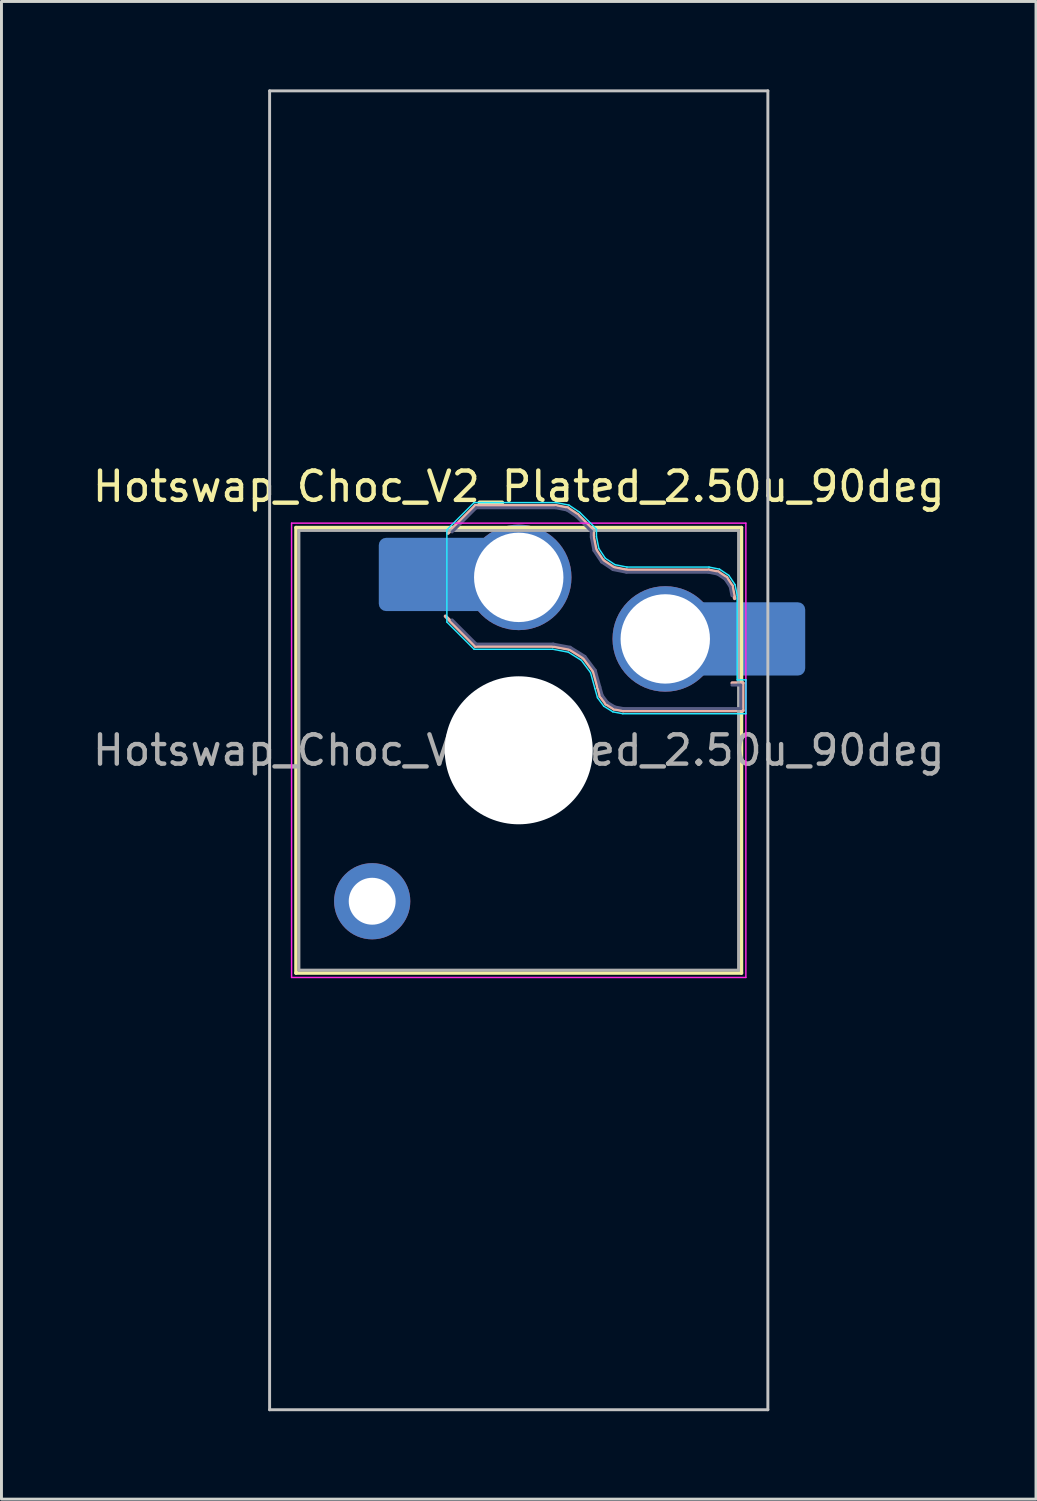
<source format=kicad_pcb>
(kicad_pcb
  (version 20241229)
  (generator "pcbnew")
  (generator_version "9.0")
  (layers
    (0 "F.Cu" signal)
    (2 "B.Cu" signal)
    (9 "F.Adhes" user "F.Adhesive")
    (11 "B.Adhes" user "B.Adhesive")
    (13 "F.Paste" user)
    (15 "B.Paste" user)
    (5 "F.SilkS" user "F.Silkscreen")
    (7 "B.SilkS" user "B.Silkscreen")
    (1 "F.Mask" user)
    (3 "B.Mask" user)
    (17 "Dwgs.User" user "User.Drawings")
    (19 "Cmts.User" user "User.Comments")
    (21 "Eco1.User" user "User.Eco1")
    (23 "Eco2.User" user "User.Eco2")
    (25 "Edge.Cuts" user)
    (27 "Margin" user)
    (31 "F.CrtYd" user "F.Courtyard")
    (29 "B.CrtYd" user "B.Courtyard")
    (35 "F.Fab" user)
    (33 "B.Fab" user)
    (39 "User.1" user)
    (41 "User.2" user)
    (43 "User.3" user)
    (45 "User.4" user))
  (footprint "Hotswap_Choc_V2_Plated_2.50u_90deg"
    (layer "F.Cu")
    (at 14.649 22.55)
    (property "Reference" "Hotswap_Choc_V2_Plated_2.50u_90deg" (at 0 -9 0) (layer "F.SilkS") (effects (font (size 1 1) (thickness 0.15))))
    (attr smd)
    (fp_line (start -7.6 -7.6) (end -7.6 7.6) (stroke (width 0.12) (type solid)) (layer "F.SilkS"))
    (fp_line (start -7.6 7.6) (end 7.6 7.6) (stroke (width 0.12) (type solid)) (layer "F.SilkS"))
    (fp_line (start 7.6 -7.6) (end -7.6 -7.6) (stroke (width 0.12) (type solid)) (layer "F.SilkS"))
    (fp_line (start 7.6 7.6) (end 7.6 -7.6) (stroke (width 0.12) (type solid)) (layer "F.SilkS"))
    (fp_line (start -2.416 -7.409) (end -1.479 -8.346) (stroke (width 0.12) (type solid)) (layer "B.SilkS"))
    (fp_line (start -1.479 -8.346) (end 1.268 -8.346) (stroke (width 0.12) (type solid)) (layer "B.SilkS"))
    (fp_line (start -1.479 -3.554) (end -2.5 -4.575) (stroke (width 0.12) (type solid)) (layer "B.SilkS"))
    (fp_line (start 1.168 -3.554) (end -1.479 -3.554) (stroke (width 0.12) (type solid)) (layer "B.SilkS"))
    (fp_line (start 1.268 -8.346) (end 1.671 -8.266) (stroke (width 0.12) (type solid)) (layer "B.SilkS"))
    (fp_line (start 1.671 -8.266) (end 2.013 -8.037) (stroke (width 0.12) (type solid)) (layer "B.SilkS"))
    (fp_line (start 1.73 -3.449) (end 1.168 -3.554) (stroke (width 0.12) (type solid)) (layer "B.SilkS"))
    (fp_line (start 2.013 -8.037) (end 2.546 -7.504) (stroke (width 0.12) (type solid)) (layer "B.SilkS"))
    (fp_line (start 2.209 -3.15) (end 1.73 -3.449) (stroke (width 0.12) (type solid)) (layer "B.SilkS"))
    (fp_line (start 2.546 -7.504) (end 2.546 -7.282) (stroke (width 0.12) (type solid)) (layer "B.SilkS"))
    (fp_line (start 2.546 -7.282) (end 2.633 -6.844) (stroke (width 0.12) (type solid)) (layer "B.SilkS"))
    (fp_line (start 2.547 -2.697) (end 2.209 -3.15) (stroke (width 0.12) (type solid)) (layer "B.SilkS"))
    (fp_line (start 2.633 -6.844) (end 2.877 -6.477) (stroke (width 0.12) (type solid)) (layer "B.SilkS"))
    (fp_line (start 2.701 -2.139) (end 2.547 -2.697) (stroke (width 0.12) (type solid)) (layer "B.SilkS"))
    (fp_line (start 2.783 -1.841) (end 2.701 -2.139) (stroke (width 0.12) (type solid)) (layer "B.SilkS"))
    (fp_line (start 2.877 -6.477) (end 3.244 -6.233) (stroke (width 0.12) (type solid)) (layer "B.SilkS"))
    (fp_line (start 2.976 -1.583) (end 2.783 -1.841) (stroke (width 0.12) (type solid)) (layer "B.SilkS"))
    (fp_line (start 3.244 -6.233) (end 3.682 -6.146) (stroke (width 0.12) (type solid)) (layer "B.SilkS"))
    (fp_line (start 3.25 -1.413) (end 2.976 -1.583) (stroke (width 0.12) (type solid)) (layer "B.SilkS"))
    (fp_line (start 3.56 -1.354) (end 3.25 -1.413) (stroke (width 0.12) (type solid)) (layer "B.SilkS"))
    (fp_line (start 3.682 -6.146) (end 6.482 -6.146) (stroke (width 0.12) (type solid)) (layer "B.SilkS"))
    (fp_line (start 6.482 -6.146) (end 6.809 -6.081) (stroke (width 0.12) (type solid)) (layer "B.SilkS"))
    (fp_line (start 6.809 -6.081) (end 7.092 -5.892) (stroke (width 0.12) (type solid)) (layer "B.SilkS"))
    (fp_line (start 7.092 -5.892) (end 7.281 -5.609) (stroke (width 0.12) (type solid)) (layer "B.SilkS"))
    (fp_line (start 7.281 -5.609) (end 7.366 -5.182) (stroke (width 0.12) (type solid)) (layer "B.SilkS"))
    (fp_line (start 7.283 -2.296) (end 7.646 -2.296) (stroke (width 0.12) (type solid)) (layer "B.SilkS"))
    (fp_line (start 7.646 -2.296) (end 7.646 -1.354) (stroke (width 0.12) (type solid)) (layer "B.SilkS"))
    (fp_line (start 7.646 -1.354) (end 3.56 -1.354) (stroke (width 0.12) (type solid)) (layer "B.SilkS"))
    (fp_line (start -8.5 -22.5) (end 8.5 -22.5) (stroke (width 0.1) (type solid)) (layer "Dwgs.User"))
    (fp_line (start -8.5 22.5) (end -8.5 -22.5) (stroke (width 0.1) (type solid)) (layer "Dwgs.User"))
    (fp_line (start 8.5 -22.5) (end 8.5 22.5) (stroke (width 0.1) (type solid)) (layer "Dwgs.User"))
    (fp_line (start 8.5 22.5) (end -8.5 22.5) (stroke (width 0.1) (type solid)) (layer "Dwgs.User"))
    (fp_line (start -7.25 -7.25) (end -7.25 7.25) (stroke (width 0.1) (type solid)) (layer "Eco1.User"))
    (fp_line (start -7.25 7.25) (end 7.25 7.25) (stroke (width 0.1) (type solid)) (layer "Eco1.User"))
    (fp_line (start 7.25 -7.25) (end -7.25 -7.25) (stroke (width 0.1) (type solid)) (layer "Eco1.User"))
    (fp_line (start 7.25 7.25) (end 7.25 -7.25) (stroke (width 0.1) (type solid)) (layer "Eco1.User"))
    (fp_line (start -2.452 -7.523) (end -1.523 -8.452) (stroke (width 0.05) (type solid)) (layer "B.CrtYd"))
    (fp_line (start -2.452 -4.377) (end -2.452 -7.523) (stroke (width 0.05) (type solid)) (layer "B.CrtYd"))
    (fp_line (start -1.523 -8.452) (end 1.278 -8.452) (stroke (width 0.05) (type solid)) (layer "B.CrtYd"))
    (fp_line (start -1.523 -3.448) (end -2.452 -4.377) (stroke (width 0.05) (type solid)) (layer "B.CrtYd"))
    (fp_line (start 1.159 -3.448) (end -1.523 -3.448) (stroke (width 0.05) (type solid)) (layer "B.CrtYd"))
    (fp_line (start 1.278 -8.452) (end 1.712 -8.366) (stroke (width 0.05) (type solid)) (layer "B.CrtYd"))
    (fp_line (start 1.691 -3.348) (end 1.159 -3.448) (stroke (width 0.05) (type solid)) (layer "B.CrtYd"))
    (fp_line (start 1.712 -8.366) (end 2.081 -8.119) (stroke (width 0.05) (type solid)) (layer "B.CrtYd"))
    (fp_line (start 2.081 -8.119) (end 2.652 -7.548) (stroke (width 0.05) (type solid)) (layer "B.CrtYd"))
    (fp_line (start 2.136 -3.071) (end 1.691 -3.348) (stroke (width 0.05) (type solid)) (layer "B.CrtYd"))
    (fp_line (start 2.45 -2.65) (end 2.136 -3.071) (stroke (width 0.05) (type solid)) (layer "B.CrtYd"))
    (fp_line (start 2.599 -2.111) (end 2.45 -2.65) (stroke (width 0.05) (type solid)) (layer "B.CrtYd"))
    (fp_line (start 2.652 -7.548) (end 2.652 -7.292) (stroke (width 0.05) (type solid)) (layer "B.CrtYd"))
    (fp_line (start 2.652 -7.292) (end 2.733 -6.885) (stroke (width 0.05) (type solid)) (layer "B.CrtYd"))
    (fp_line (start 2.687 -1.794) (end 2.599 -2.111) (stroke (width 0.05) (type solid)) (layer "B.CrtYd"))
    (fp_line (start 2.733 -6.885) (end 2.953 -6.553) (stroke (width 0.05) (type solid)) (layer "B.CrtYd"))
    (fp_line (start 2.903 -1.503) (end 2.687 -1.794) (stroke (width 0.05) (type solid)) (layer "B.CrtYd"))
    (fp_line (start 2.953 -6.553) (end 3.285 -6.333) (stroke (width 0.05) (type solid)) (layer "B.CrtYd"))
    (fp_line (start 3.211 -1.312) (end 2.903 -1.503) (stroke (width 0.05) (type solid)) (layer "B.CrtYd"))
    (fp_line (start 3.285 -6.333) (end 3.692 -6.252) (stroke (width 0.05) (type solid)) (layer "B.CrtYd"))
    (fp_line (start 3.55 -1.248) (end 3.211 -1.312) (stroke (width 0.05) (type solid)) (layer "B.CrtYd"))
    (fp_line (start 3.692 -6.252) (end 6.492 -6.252) (stroke (width 0.05) (type solid)) (layer "B.CrtYd"))
    (fp_line (start 6.492 -6.252) (end 6.85 -6.181) (stroke (width 0.05) (type solid)) (layer "B.CrtYd"))
    (fp_line (start 6.85 -6.181) (end 7.168 -5.968) (stroke (width 0.05) (type solid)) (layer "B.CrtYd"))
    (fp_line (start 7.168 -5.968) (end 7.381 -5.65) (stroke (width 0.05) (type solid)) (layer "B.CrtYd"))
    (fp_line (start 7.381 -5.65) (end 7.452 -5.292) (stroke (width 0.05) (type solid)) (layer "B.CrtYd"))
    (fp_line (start 7.452 -5.292) (end 7.452 -2.402) (stroke (width 0.05) (type solid)) (layer "B.CrtYd"))
    (fp_line (start 7.452 -2.402) (end 7.752 -2.402) (stroke (width 0.05) (type solid)) (layer "B.CrtYd"))
    (fp_line (start 7.752 -2.402) (end 7.752 -1.248) (stroke (width 0.05) (type solid)) (layer "B.CrtYd"))
    (fp_line (start 7.752 -1.248) (end 3.55 -1.248) (stroke (width 0.05) (type solid)) (layer "B.CrtYd"))
    (fp_line (start -7.75 -7.75) (end -7.75 7.75) (stroke (width 0.05) (type solid)) (layer "F.CrtYd"))
    (fp_line (start -7.75 7.75) (end 7.75 7.75) (stroke (width 0.05) (type solid)) (layer "F.CrtYd"))
    (fp_line (start 7.75 -7.75) (end -7.75 -7.75) (stroke (width 0.05) (type solid)) (layer "F.CrtYd"))
    (fp_line (start 7.75 7.75) (end 7.75 -7.75) (stroke (width 0.05) (type solid)) (layer "F.CrtYd"))
    (fp_line (start -2.275 -7.45) (end -1.45 -8.275) (stroke (width 0.1) (type solid)) (layer "B.Fab"))
    (fp_line (start -1.45 -8.275) (end 1.261 -8.275) (stroke (width 0.1) (type solid)) (layer "B.Fab"))
    (fp_line (start -1.45 -3.625) (end -2.275 -4.45) (stroke (width 0.1) (type solid)) (layer "B.Fab"))
    (fp_line (start 1.175 -3.625) (end -1.45 -3.625) (stroke (width 0.1) (type solid)) (layer "B.Fab"))
    (fp_line (start 1.261 -8.275) (end 1.643 -8.199) (stroke (width 0.1) (type solid)) (layer "B.Fab"))
    (fp_line (start 1.643 -8.199) (end 1.968 -7.982) (stroke (width 0.1) (type solid)) (layer "B.Fab"))
    (fp_line (start 1.756 -3.516) (end 1.175 -3.625) (stroke (width 0.1) (type solid)) (layer "B.Fab"))
    (fp_line (start 1.968 -7.982) (end 2.475 -7.475) (stroke (width 0.1) (type solid)) (layer "B.Fab"))
    (fp_line (start 2.258 -3.203) (end 1.756 -3.516) (stroke (width 0.1) (type solid)) (layer "B.Fab"))
    (fp_line (start 2.475 -7.475) (end 2.475 -7.275) (stroke (width 0.1) (type solid)) (layer "B.Fab"))
    (fp_line (start 2.475 -7.275) (end 2.566 -6.816) (stroke (width 0.1) (type solid)) (layer "B.Fab"))
    (fp_line (start 2.566 -6.816) (end 2.826 -6.426) (stroke (width 0.1) (type solid)) (layer "B.Fab"))
    (fp_line (start 2.612 -2.729) (end 2.258 -3.203) (stroke (width 0.1) (type solid)) (layer "B.Fab"))
    (fp_line (start 2.769 -2.158) (end 2.612 -2.729) (stroke (width 0.1) (type solid)) (layer "B.Fab"))
    (fp_line (start 2.826 -6.426) (end 3.216 -6.166) (stroke (width 0.1) (type solid)) (layer "B.Fab"))
    (fp_line (start 2.848 -1.873) (end 2.769 -2.158) (stroke (width 0.1) (type solid)) (layer "B.Fab"))
    (fp_line (start 3.025 -1.636) (end 2.848 -1.873) (stroke (width 0.1) (type solid)) (layer "B.Fab"))
    (fp_line (start 3.216 -6.166) (end 3.675 -6.075) (stroke (width 0.1) (type solid)) (layer "B.Fab"))
    (fp_line (start 3.276 -1.48) (end 3.025 -1.636) (stroke (width 0.1) (type solid)) (layer "B.Fab"))
    (fp_line (start 3.567 -1.425) (end 3.276 -1.48) (stroke (width 0.1) (type solid)) (layer "B.Fab"))
    (fp_line (start 3.675 -6.075) (end 6.475 -6.075) (stroke (width 0.1) (type solid)) (layer "B.Fab"))
    (fp_line (start 6.475 -6.075) (end 6.781 -6.014) (stroke (width 0.1) (type solid)) (layer "B.Fab"))
    (fp_line (start 6.781 -6.014) (end 7.041 -5.841) (stroke (width 0.1) (type solid)) (layer "B.Fab"))
    (fp_line (start 7.041 -5.841) (end 7.214 -5.581) (stroke (width 0.1) (type solid)) (layer "B.Fab"))
    (fp_line (start 7.214 -5.581) (end 7.275 -5.275) (stroke (width 0.1) (type solid)) (layer "B.Fab"))
    (fp_line (start 7.275 -2.225) (end 7.575 -2.225) (stroke (width 0.1) (type solid)) (layer "B.Fab"))
    (fp_line (start 7.575 -2.225) (end 7.575 -1.425) (stroke (width 0.1) (type solid)) (layer "B.Fab"))
    (fp_line (start 7.575 -1.425) (end 3.567 -1.425) (stroke (width 0.1) (type solid)) (layer "B.Fab"))
    (fp_line (start -7.5 -7.5) (end -7.5 7.5) (stroke (width 0.1) (type solid)) (layer "F.Fab"))
    (fp_line (start -7.5 7.5) (end 7.5 7.5) (stroke (width 0.1) (type solid)) (layer "F.Fab"))
    (fp_line (start 7.5 -7.5) (end -7.5 -7.5) (stroke (width 0.1) (type solid)) (layer "F.Fab"))
    (fp_line (start 7.5 7.5) (end 7.5 -7.5) (stroke (width 0.1) (type solid)) (layer "F.Fab"))
    (fp_text user "${REFERENCE}" (at 0 0 0) (layer "F.Fab") (effects (font (size 1 1) (thickness 0.15))))
    (pad "" thru_hole circle (at -5 5.15) (size 2.6 2.6) (drill 1.6) (layers "*.Cu" "*.Mask"))
    (pad "" smd roundrect (at -3.5 -6) (size 2.55 2.5) (layers "B.Mask" "B.Paste") (roundrect_rratio 0.1))
    (pad "" np_thru_hole circle (at 0 0) (size 5.05 5.05) (drill 5.05) (layers "*.Cu" "*.Mask"))
    (pad "" smd roundrect (at 8.5 -3.8) (size 2.55 2.5) (layers "B.Mask" "B.Paste") (roundrect_rratio 0.1))
    (pad "1" smd roundrect (at -2.85 -6) (size 3.85 2.5) (layers "B.Cu") (roundrect_rratio 0.1))
    (pad "1" thru_hole circle (at 0 -5.9) (size 3.6 3.6) (drill 3.05) (layers "*.Cu" "*.Mask"))
    (pad "2" thru_hole circle (at 5 -3.8) (size 3.6 3.6) (drill 3.05) (layers "*.Cu" "*.Mask"))
    (pad "2" smd roundrect (at 7.85 -3.8) (size 3.85 2.5) (layers "B.Cu") (roundrect_rratio 0.1)))
  (gr_rect
    (start -3 -3)
    (end 32.298 48.1)
    (stroke (width 0.1) (type default))
    (fill no)
    (layer "Edge.Cuts")))
</source>
